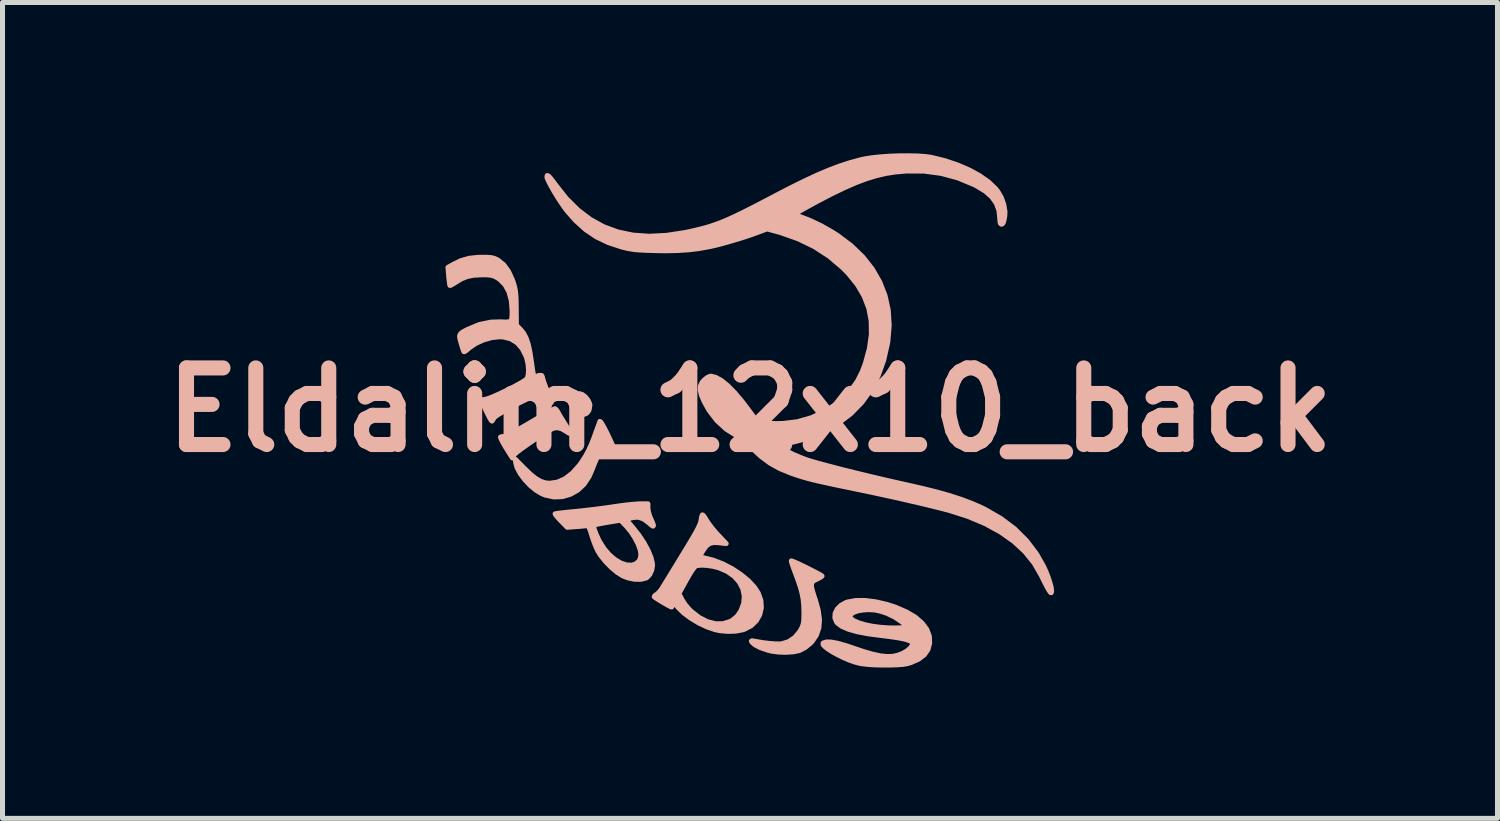
<source format=kicad_pcb>
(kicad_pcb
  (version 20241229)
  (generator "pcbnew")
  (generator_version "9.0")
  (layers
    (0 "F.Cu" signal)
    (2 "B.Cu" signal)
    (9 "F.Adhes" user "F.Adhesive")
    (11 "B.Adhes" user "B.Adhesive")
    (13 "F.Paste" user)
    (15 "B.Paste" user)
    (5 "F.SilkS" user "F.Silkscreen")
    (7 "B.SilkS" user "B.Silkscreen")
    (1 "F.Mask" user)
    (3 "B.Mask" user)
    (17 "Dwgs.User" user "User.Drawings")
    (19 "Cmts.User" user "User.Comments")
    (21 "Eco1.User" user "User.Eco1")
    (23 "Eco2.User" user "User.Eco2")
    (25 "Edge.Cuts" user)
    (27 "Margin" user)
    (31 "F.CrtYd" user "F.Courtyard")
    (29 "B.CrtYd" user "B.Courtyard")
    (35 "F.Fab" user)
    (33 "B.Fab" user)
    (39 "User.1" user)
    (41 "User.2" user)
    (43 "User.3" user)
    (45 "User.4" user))
  (footprint "Eldalim_12x10_back"
    (layer "B.Cu")
    (at 11.873 5.105)
    (property "Reference" "Eldalim_12x10_back" (at 0 0 0) (layer "B.SilkS") (effects (font (size 1.524 1.524) (thickness 0.3))))
    (attr through_hole)
    (fp_poly (pts (xy -3.187 -0.088) (xy -3.203 0.005) (xy -3.248 0.066) (xy -3.312 0.092) (xy -3.388 0.079) (xy -3.465 0.025) (xy -3.515 -0.048) (xy -3.536 -0.129) (xy -3.53 -0.208) (xy -3.498 -0.273) (xy -3.444 -0.314) (xy -3.396 -0.323) (xy -3.334 -0.303) (xy -3.271 -0.253) (xy -3.219 -0.185) (xy -3.189 -0.114) (xy -3.187 -0.088)) (stroke (width 0.1) (type solid)) (fill yes) (layer "B.SilkS"))
    (fp_poly (pts (xy -3.579 0.464) (xy -3.595 0.466) (xy -3.635 0.444) (xy -3.656 0.429) (xy -3.754 0.372) (xy -3.849 0.352) (xy -3.928 0.37) (xy -4.009 0.416) (xy -4.109 0.476) (xy -4.219 0.547) (xy -4.332 0.622) (xy -4.442 0.698) (xy -4.541 0.768) (xy -4.622 0.828) (xy -4.676 0.873) (xy -4.697 0.896) (xy -4.728 0.956) (xy -4.808 0.83) (xy -4.866 0.737) (xy -4.914 0.653) (xy -4.949 0.586) (xy -4.964 0.547) (xy -4.965 0.544) (xy -4.945 0.534) (xy -4.903 0.531) (xy -4.862 0.519) (xy -4.786 0.484) (xy -4.68 0.429) (xy -4.547 0.355) (xy -4.392 0.265) (xy -4.374 0.254) (xy -4.241 0.176) (xy -4.12 0.106) (xy -4.019 0.048) (xy -3.941 0.005) (xy -3.894 -0.019) (xy -3.882 -0.023) (xy -3.856 -0.004) (xy -3.825 0.041) (xy -3.819 0.052) (xy -3.788 0.108) (xy -3.74 0.187) (xy -3.687 0.273) (xy -3.68 0.284) (xy -3.633 0.36) (xy -3.597 0.422) (xy -3.58 0.459) (xy -3.579 0.464)) (stroke (width 0.1) (type solid)) (fill yes) (layer "B.SilkS"))
    (fp_poly (pts (xy -2.69 0.827) (xy -2.717 0.828) (xy -2.771 0.817) (xy -2.791 0.812) (xy -2.854 0.795) (xy -2.899 0.786) (xy -2.905 0.785) (xy -2.95 0.807) (xy -3.001 0.871) (xy -3.056 0.974) (xy -3.097 1.072) (xy -3.134 1.167) (xy -3.17 1.254) (xy -3.198 1.317) (xy -3.203 1.328) (xy -3.303 1.479) (xy -3.429 1.597) (xy -3.576 1.68) (xy -3.736 1.726) (xy -3.904 1.732) (xy -4.072 1.696) (xy -4.145 1.666) (xy -4.263 1.595) (xy -4.379 1.498) (xy -4.485 1.384) (xy -4.573 1.265) (xy -4.635 1.148) (xy -4.658 1.068) (xy -4.672 0.981) (xy -4.497 1.158) (xy -4.37 1.28) (xy -4.261 1.367) (xy -4.164 1.423) (xy -4.072 1.453) (xy -3.986 1.461) (xy -3.83 1.438) (xy -3.678 1.37) (xy -3.532 1.257) (xy -3.393 1.101) (xy -3.349 1.039) (xy -3.276 0.926) (xy -3.215 0.815) (xy -3.159 0.694) (xy -3.101 0.547) (xy -3.08 0.487) (xy -3.045 0.39) (xy -3.015 0.307) (xy -2.994 0.25) (xy -2.988 0.231) (xy -2.974 0.237) (xy -2.944 0.281) (xy -2.9 0.359) (xy -2.846 0.465) (xy -2.827 0.506) (xy -2.775 0.615) (xy -2.733 0.709) (xy -2.704 0.78) (xy -2.69 0.821) (xy -2.69 0.827)) (stroke (width 0.1) (type solid)) (fill yes) (layer "B.SilkS"))
    (fp_poly (pts (xy 1.432 3.307) (xy 1.412 3.325) (xy 1.363 3.352) (xy 1.328 3.369) (xy 1.273 3.396) (xy 1.238 3.426) (xy 1.221 3.466) (xy 1.223 3.524) (xy 1.243 3.607) (xy 1.279 3.722) (xy 1.298 3.775) (xy 1.357 3.987) (xy 1.382 4.173) (xy 1.37 4.335) (xy 1.322 4.478) (xy 1.238 4.604) (xy 1.202 4.642) (xy 1.096 4.729) (xy 0.986 4.786) (xy 0.982 4.788) (xy 0.866 4.813) (xy 0.722 4.823) (xy 0.57 4.819) (xy 0.425 4.799) (xy 0.358 4.782) (xy 0.205 4.73) (xy 0.097 4.673) (xy 0.044 4.627) (xy 0.027 4.602) (xy 0.038 4.595) (xy 0.086 4.602) (xy 0.092 4.604) (xy 0.23 4.628) (xy 0.368 4.646) (xy 0.493 4.656) (xy 0.593 4.658) (xy 0.633 4.654) (xy 0.771 4.611) (xy 0.892 4.528) (xy 0.989 4.412) (xy 1.004 4.386) (xy 1.036 4.326) (xy 1.056 4.274) (xy 1.067 4.217) (xy 1.072 4.143) (xy 1.073 4.037) (xy 1.073 4.018) (xy 1.069 3.888) (xy 1.058 3.772) (xy 1.037 3.658) (xy 1.004 3.533) (xy 0.955 3.388) (xy 0.904 3.25) (xy 0.869 3.154) (xy 0.841 3.075) (xy 0.825 3.022) (xy 0.822 3.005) (xy 0.844 3.011) (xy 0.899 3.034) (xy 0.977 3.069) (xy 1.068 3.113) (xy 1.166 3.161) (xy 1.259 3.209) (xy 1.34 3.251) (xy 1.4 3.284) (xy 1.43 3.304) (xy 1.432 3.307)) (stroke (width 0.1) (type solid)) (fill yes) (layer "B.SilkS"))
    (fp_poly (pts (xy -1.921 2.301) (xy -1.931 2.313) (xy -1.967 2.29) (xy -2.018 2.244) (xy -2.12 2.169) (xy -2.221 2.135) (xy -2.33 2.141) (xy -2.371 2.152) (xy -2.468 2.182) (xy -2.339 2.332) (xy -2.215 2.488) (xy -2.11 2.646) (xy -2.027 2.8) (xy -1.969 2.941) (xy -1.942 3.062) (xy -1.94 3.097) (xy -1.955 3.188) (xy -1.993 3.272) (xy -2.048 3.333) (xy -2.069 3.345) (xy -2.171 3.371) (xy -2.171 2.872) (xy -2.186 2.779) (xy -2.228 2.665) (xy -2.292 2.543) (xy -2.37 2.423) (xy -2.456 2.319) (xy -2.575 2.194) (xy -2.835 2.237) (xy -2.94 2.255) (xy -3.027 2.272) (xy -3.087 2.286) (xy -3.109 2.293) (xy -3.112 2.325) (xy -3.095 2.388) (xy -3.062 2.474) (xy -3.017 2.573) (xy -2.993 2.62) (xy -2.905 2.761) (xy -2.801 2.882) (xy -2.687 2.979) (xy -2.57 3.049) (xy -2.455 3.087) (xy -2.349 3.09) (xy -2.279 3.067) (xy -2.212 3.016) (xy -2.179 2.946) (xy -2.171 2.872) (xy -2.171 3.371) (xy -2.173 3.371) (xy -2.298 3.37) (xy -2.43 3.342) (xy -2.534 3.301) (xy -2.645 3.231) (xy -2.763 3.131) (xy -2.877 3.014) (xy -2.975 2.891) (xy -3.029 2.804) (xy -3.066 2.725) (xy -3.106 2.622) (xy -3.143 2.514) (xy -3.149 2.493) (xy -3.176 2.407) (xy -3.202 2.341) (xy -3.221 2.305) (xy -3.226 2.302) (xy -3.257 2.305) (xy -3.322 2.311) (xy -3.409 2.319) (xy -3.442 2.321) (xy -3.637 2.336) (xy -3.762 2.208) (xy -3.82 2.146) (xy -3.861 2.098) (xy -3.878 2.071) (xy -3.878 2.069) (xy -3.853 2.064) (xy -3.789 2.055) (xy -3.695 2.044) (xy -3.578 2.032) (xy -3.472 2.022) (xy -3.303 2.004) (xy -3.114 1.982) (xy -2.924 1.958) (xy -2.755 1.934) (xy -2.711 1.927) (xy -2.572 1.907) (xy -2.435 1.89) (xy -2.313 1.878) (xy -2.218 1.871) (xy -2.189 1.87) (xy -2.032 1.87) (xy -2.032 1.957) (xy -2.022 2.027) (xy -1.996 2.114) (xy -1.974 2.167) (xy -1.936 2.253) (xy -1.921 2.301)) (stroke (width 0.1) (type solid)) (fill yes) (layer "B.SilkS"))
    (fp_poly (pts (xy 3.574 4.64) (xy 3.541 4.767) (xy 3.468 4.873) (xy 3.354 4.96) (xy 3.199 5.028) (xy 3.129 5.049) (xy 3.045 5.063) (xy 2.928 5.072) (xy 2.787 5.077) (xy 2.635 5.077) (xy 2.483 5.073) (xy 2.342 5.064) (xy 2.225 5.05) (xy 2.182 5.043) (xy 2.082 5.016) (xy 1.972 4.977) (xy 1.858 4.928) (xy 1.746 4.873) (xy 1.644 4.817) (xy 1.557 4.762) (xy 1.492 4.712) (xy 1.455 4.671) (xy 1.454 4.642) (xy 1.459 4.638) (xy 1.523 4.618) (xy 1.619 4.621) (xy 1.749 4.646) (xy 1.916 4.694) (xy 2.029 4.732) (xy 2.248 4.806) (xy 2.433 4.86) (xy 2.589 4.894) (xy 2.721 4.908) (xy 2.837 4.905) (xy 2.941 4.883) (xy 3.039 4.845) (xy 3.122 4.797) (xy 3.187 4.742) (xy 3.228 4.687) (xy 3.238 4.642) (xy 3.23 4.627) (xy 3.181 4.594) (xy 3.116 4.573) (xy 3.116 4.312) (xy 3.098 4.284) (xy 3.046 4.238) (xy 3.031 4.226) (xy 2.881 4.123) (xy 2.722 4.047) (xy 2.599 4.006) (xy 2.485 3.982) (xy 2.365 3.974) (xy 2.248 3.981) (xy 2.143 3.999) (xy 2.059 4.029) (xy 2.004 4.068) (xy 1.986 4.11) (xy 2.008 4.155) (xy 2.07 4.198) (xy 2.165 4.239) (xy 2.287 4.275) (xy 2.429 4.305) (xy 2.586 4.326) (xy 2.75 4.338) (xy 2.821 4.339) (xy 2.926 4.339) (xy 3.016 4.336) (xy 3.08 4.331) (xy 3.104 4.327) (xy 3.116 4.312) (xy 3.116 4.573) (xy 3.087 4.563) (xy 2.949 4.535) (xy 2.766 4.508) (xy 2.627 4.491) (xy 2.362 4.457) (xy 2.14 4.415) (xy 1.963 4.366) (xy 1.83 4.309) (xy 1.742 4.245) (xy 1.722 4.221) (xy 1.688 4.137) (xy 1.694 4.048) (xy 1.736 3.963) (xy 1.81 3.889) (xy 1.912 3.833) (xy 1.946 3.822) (xy 2.103 3.794) (xy 2.289 3.793) (xy 2.496 3.819) (xy 2.716 3.869) (xy 2.893 3.926) (xy 3.11 4.02) (xy 3.288 4.125) (xy 3.424 4.243) (xy 3.518 4.37) (xy 3.568 4.506) (xy 3.574 4.64)) (stroke (width 0.1) (type solid)) (fill yes) (layer "B.SilkS"))
    (fp_poly (pts (xy 0.225 3.937) (xy 0.194 4.073) (xy 0.126 4.194) (xy 0.023 4.294) (xy -0.112 4.365) (xy -0.114 4.365) (xy -0.114 3.7) (xy -0.144 3.558) (xy -0.213 3.426) (xy -0.317 3.309) (xy -0.456 3.212) (xy -0.622 3.141) (xy -0.738 3.112) (xy -0.861 3.094) (xy -0.973 3.089) (xy -1.06 3.098) (xy -1.074 3.102) (xy -1.105 3.129) (xy -1.152 3.193) (xy -1.212 3.288) (xy -1.268 3.387) (xy -1.416 3.656) (xy -1.351 3.78) (xy -1.297 3.865) (xy -1.224 3.954) (xy -1.17 4.009) (xy -1.009 4.133) (xy -0.847 4.215) (xy -0.689 4.256) (xy -0.537 4.255) (xy -0.395 4.211) (xy -0.349 4.185) (xy -0.255 4.108) (xy -0.181 4) (xy -0.18 3.998) (xy -0.125 3.848) (xy -0.114 3.7) (xy -0.114 4.365) (xy -0.148 4.376) (xy -0.284 4.402) (xy -0.441 4.407) (xy -0.6 4.393) (xy -0.693 4.373) (xy -0.854 4.318) (xy -1.02 4.24) (xy -1.178 4.145) (xy -1.317 4.042) (xy -1.426 3.937) (xy -1.448 3.91) (xy -1.487 3.862) (xy -1.51 3.848) (xy -1.526 3.863) (xy -1.531 3.872) (xy -1.553 3.91) (xy -1.56 3.922) (xy -1.581 3.915) (xy -1.63 3.889) (xy -1.696 3.852) (xy -1.767 3.81) (xy -1.833 3.769) (xy -1.883 3.736) (xy -1.905 3.718) (xy -1.895 3.697) (xy -1.861 3.673) (xy -1.815 3.635) (xy -1.767 3.576) (xy -1.756 3.56) (xy -1.731 3.519) (xy -1.685 3.444) (xy -1.622 3.342) (xy -1.546 3.217) (xy -1.46 3.077) (xy -1.368 2.926) (xy -1.346 2.889) (xy -1.236 2.71) (xy -1.15 2.565) (xy -1.083 2.449) (xy -1.035 2.36) (xy -1.003 2.291) (xy -0.983 2.24) (xy -0.975 2.202) (xy -0.965 2.138) (xy -0.952 2.097) (xy -0.947 2.09) (xy -0.928 2.103) (xy -0.896 2.147) (xy -0.866 2.198) (xy -0.821 2.267) (xy -0.754 2.355) (xy -0.677 2.446) (xy -0.638 2.488) (xy -0.475 2.66) (xy -0.607 2.644) (xy -0.72 2.638) (xy -0.804 2.657) (xy -0.871 2.709) (xy -0.935 2.798) (xy -0.939 2.805) (xy -1.012 2.929) (xy -0.916 2.945) (xy -0.731 2.991) (xy -0.541 3.065) (xy -0.356 3.161) (xy -0.184 3.275) (xy -0.032 3.4) (xy 0.089 3.531) (xy 0.163 3.645) (xy 0.216 3.792) (xy 0.225 3.937)) (stroke (width 0.1) (type solid)) (fill yes) (layer "B.SilkS"))
    (fp_poly (pts (xy -3.956 -0.146) (xy -3.979 -0.152) (xy -4.032 -0.174) (xy -4.098 -0.207) (xy -4.175 -0.244) (xy -4.242 -0.269) (xy -4.28 -0.277) (xy -4.322 -0.266) (xy -4.395 -0.236) (xy -4.489 -0.191) (xy -4.599 -0.137) (xy -4.714 -0.076) (xy -4.827 -0.014) (xy -4.929 0.045) (xy -5.014 0.096) (xy -5.072 0.137) (xy -5.094 0.158) (xy -5.119 0.203) (xy -5.134 0.223) (xy -5.149 0.21) (xy -5.178 0.162) (xy -5.216 0.088) (xy -5.249 0.021) (xy -5.349 -0.196) (xy -5.267 -0.209) (xy -5.209 -0.225) (xy -5.123 -0.258) (xy -5.019 -0.304) (xy -4.903 -0.358) (xy -4.784 -0.416) (xy -4.67 -0.475) (xy -4.57 -0.53) (xy -4.492 -0.577) (xy -4.444 -0.612) (xy -4.433 -0.623) (xy -4.412 -0.698) (xy -4.407 -0.8) (xy -4.417 -0.914) (xy -4.442 -1.026) (xy -4.454 -1.062) (xy -4.532 -1.219) (xy -4.634 -1.336) (xy -4.759 -1.413) (xy -4.908 -1.451) (xy -4.98 -1.455) (xy -5.139 -1.438) (xy -5.303 -1.392) (xy -5.457 -1.322) (xy -5.585 -1.235) (xy -5.605 -1.217) (xy -5.652 -1.177) (xy -5.685 -1.158) (xy -5.692 -1.159) (xy -5.704 -1.186) (xy -5.724 -1.245) (xy -5.747 -1.324) (xy -5.749 -1.33) (xy -5.772 -1.414) (xy -5.779 -1.47) (xy -5.764 -1.509) (xy -5.723 -1.544) (xy -5.649 -1.585) (xy -5.611 -1.604) (xy -5.384 -1.698) (xy -5.155 -1.745) (xy -4.964 -1.751) (xy -4.861 -1.746) (xy -4.795 -1.751) (xy -4.757 -1.772) (xy -4.739 -1.818) (xy -4.734 -1.897) (xy -4.734 -1.979) (xy -4.75 -2.178) (xy -4.797 -2.35) (xy -4.874 -2.49) (xy -4.98 -2.597) (xy -5.034 -2.632) (xy -5.091 -2.661) (xy -5.146 -2.678) (xy -5.214 -2.686) (xy -5.308 -2.688) (xy -5.346 -2.687) (xy -5.502 -2.679) (xy -5.629 -2.653) (xy -5.744 -2.607) (xy -5.855 -2.539) (xy -5.915 -2.501) (xy -5.957 -2.479) (xy -5.971 -2.476) (xy -5.977 -2.502) (xy -5.985 -2.562) (xy -5.994 -2.645) (xy -5.995 -2.66) (xy -6.01 -2.835) (xy -5.909 -2.892) (xy -5.753 -2.968) (xy -5.596 -3.014) (xy -5.421 -3.034) (xy -5.334 -3.036) (xy -5.227 -3.035) (xy -5.152 -3.029) (xy -5.095 -3.016) (xy -5.044 -2.994) (xy -5.008 -2.974) (xy -4.899 -2.885) (xy -4.806 -2.756) (xy -4.727 -2.584) (xy -4.708 -2.528) (xy -4.686 -2.455) (xy -4.671 -2.383) (xy -4.661 -2.301) (xy -4.655 -2.199) (xy -4.652 -2.064) (xy -4.652 -2.026) (xy -4.649 -1.684) (xy -4.564 -1.597) (xy -4.504 -1.523) (xy -4.455 -1.429) (xy -4.415 -1.311) (xy -4.381 -1.16) (xy -4.352 -0.971) (xy -4.348 -0.947) (xy -4.331 -0.823) (xy -4.318 -0.739) (xy -4.305 -0.687) (xy -4.292 -0.663) (xy -4.277 -0.659) (xy -4.273 -0.66) (xy -4.193 -0.686) (xy -4.146 -0.683) (xy -4.133 -0.658) (xy -4.125 -0.62) (xy -4.103 -0.551) (xy -4.07 -0.461) (xy -4.041 -0.386) (xy -4.004 -0.291) (xy -3.975 -0.214) (xy -3.959 -0.162) (xy -3.956 -0.146)) (stroke (width 0.1) (type solid)) (fill yes) (layer "B.SilkS"))
    (fp_poly (pts (xy 6 3.598) (xy 6 3.607) (xy 5.993 3.637) (xy 5.98 3.635) (xy 5.954 3.598) (xy 5.942 3.579) (xy 5.91 3.522) (xy 5.866 3.437) (xy 5.818 3.34) (xy 5.797 3.297) (xy 5.655 3.05) (xy 5.471 2.822) (xy 5.247 2.615) (xy 4.983 2.429) (xy 4.68 2.264) (xy 4.338 2.12) (xy 3.995 2.01) (xy 3.83 1.965) (xy 3.626 1.914) (xy 3.388 1.857) (xy 3.122 1.795) (xy 2.835 1.73) (xy 2.532 1.664) (xy 2.219 1.598) (xy 1.974 1.547) (xy 1.744 1.5) (xy 1.553 1.459) (xy 1.394 1.424) (xy 1.26 1.393) (xy 1.146 1.363) (xy 1.044 1.334) (xy 0.948 1.304) (xy 0.851 1.271) (xy 0.816 1.259) (xy 0.59 1.166) (xy 0.395 1.057) (xy 0.215 0.923) (xy 0.064 0.782) (xy -0.042 0.681) (xy -0.144 0.595) (xy -0.23 0.534) (xy -0.259 0.517) (xy -0.473 0.383) (xy -0.659 0.213) (xy -0.815 0.009) (xy -0.912 -0.165) (xy -0.967 -0.293) (xy -0.991 -0.395) (xy -0.986 -0.477) (xy -0.952 -0.548) (xy -0.914 -0.591) (xy -0.856 -0.639) (xy -0.801 -0.666) (xy -0.783 -0.67) (xy -0.686 -0.648) (xy -0.573 -0.586) (xy -0.445 -0.483) (xy -0.306 -0.342) (xy -0.155 -0.163) (xy -0.063 -0.042) (xy 0.137 0.227) (xy 0.27 0.255) (xy 0.372 0.268) (xy 0.506 0.274) (xy 0.657 0.271) (xy 0.658 0.271) (xy 0.945 0.236) (xy 1.223 0.156) (xy 1.485 0.036) (xy 1.728 -0.124) (xy 1.868 -0.244) (xy 2.019 -0.403) (xy 2.138 -0.571) (xy 2.234 -0.761) (xy 2.295 -0.924) (xy 2.376 -1.222) (xy 2.415 -1.503) (xy 2.411 -1.769) (xy 2.364 -2.021) (xy 2.272 -2.261) (xy 2.137 -2.492) (xy 1.957 -2.715) (xy 1.844 -2.829) (xy 1.578 -3.055) (xy 1.286 -3.245) (xy 0.966 -3.401) (xy 0.615 -3.525) (xy 0.544 -3.545) (xy 0.338 -3.601) (xy 0.121 -3.52) (xy -0.046 -3.461) (xy -0.237 -3.4) (xy -0.435 -3.342) (xy -0.624 -3.29) (xy -0.79 -3.251) (xy -0.81 -3.247) (xy -1.016 -3.21) (xy -1.223 -3.185) (xy -1.442 -3.171) (xy -1.686 -3.166) (xy -1.875 -3.169) (xy -2.041 -3.174) (xy -2.17 -3.18) (xy -2.273 -3.187) (xy -2.361 -3.199) (xy -2.443 -3.214) (xy -2.53 -3.235) (xy -2.549 -3.24) (xy -2.817 -3.328) (xy -3.055 -3.442) (xy -3.271 -3.587) (xy -3.473 -3.77) (xy -3.637 -3.956) (xy -3.7 -4.04) (xy -3.769 -4.141) (xy -3.84 -4.251) (xy -3.907 -4.362) (xy -3.965 -4.465) (xy -4.01 -4.552) (xy -4.036 -4.615) (xy -4.041 -4.638) (xy -4.034 -4.662) (xy -4.012 -4.654) (xy -3.972 -4.613) (xy -3.912 -4.536) (xy -3.867 -4.474) (xy -3.653 -4.203) (xy -3.423 -3.975) (xy -3.178 -3.789) (xy -2.915 -3.644) (xy -2.633 -3.54) (xy -2.332 -3.477) (xy -2.01 -3.454) (xy -1.665 -3.471) (xy -1.297 -3.527) (xy -1.201 -3.547) (xy -1.061 -3.579) (xy -0.933 -3.611) (xy -0.813 -3.645) (xy -0.696 -3.684) (xy -0.575 -3.729) (xy -0.446 -3.783) (xy -0.304 -3.848) (xy -0.142 -3.926) (xy 0.045 -4.02) (xy 0.261 -4.132) (xy 0.512 -4.263) (xy 0.516 -4.266) (xy 0.825 -4.426) (xy 1.102 -4.562) (xy 1.35 -4.677) (xy 1.577 -4.773) (xy 1.787 -4.852) (xy 1.986 -4.917) (xy 2.179 -4.97) (xy 2.265 -4.99) (xy 2.403 -5.013) (xy 2.572 -5.032) (xy 2.76 -5.046) (xy 2.957 -5.054) (xy 3.152 -5.055) (xy 3.334 -5.051) (xy 3.49 -5.04) (xy 3.604 -5.024) (xy 3.874 -4.958) (xy 4.128 -4.873) (xy 4.362 -4.772) (xy 4.57 -4.658) (xy 4.746 -4.534) (xy 4.884 -4.402) (xy 4.929 -4.346) (xy 5.001 -4.221) (xy 5.05 -4.082) (xy 5.072 -3.946) (xy 5.069 -3.861) (xy 5.053 -3.772) (xy 5.037 -3.721) (xy 5.017 -3.698) (xy 4.999 -3.695) (xy 4.979 -3.716) (xy 4.97 -3.78) (xy 4.97 -3.808) (xy 4.953 -3.968) (xy 4.901 -4.11) (xy 4.812 -4.236) (xy 4.682 -4.351) (xy 4.509 -4.456) (xy 4.457 -4.483) (xy 4.135 -4.616) (xy 3.805 -4.705) (xy 3.465 -4.751) (xy 3.111 -4.753) (xy 2.886 -4.733) (xy 2.701 -4.704) (xy 2.514 -4.66) (xy 2.319 -4.601) (xy 2.111 -4.523) (xy 1.886 -4.425) (xy 1.636 -4.305) (xy 1.358 -4.16) (xy 1.212 -4.081) (xy 1.084 -4.011) (xy 0.993 -3.96) (xy 0.935 -3.924) (xy 0.907 -3.899) (xy 0.905 -3.882) (xy 0.925 -3.868) (xy 0.965 -3.854) (xy 0.997 -3.844) (xy 1.196 -3.767) (xy 1.41 -3.665) (xy 1.623 -3.545) (xy 1.737 -3.473) (xy 2.01 -3.268) (xy 2.242 -3.044) (xy 2.433 -2.802) (xy 2.581 -2.544) (xy 2.687 -2.271) (xy 2.75 -1.983) (xy 2.769 -1.684) (xy 2.743 -1.373) (xy 2.736 -1.325) (xy 2.658 -0.983) (xy 2.547 -0.674) (xy 2.402 -0.395) (xy 2.223 -0.147) (xy 2.009 0.072) (xy 1.758 0.264) (xy 1.471 0.428) (xy 1.423 0.452) (xy 1.136 0.568) (xy 0.859 0.64) (xy 0.695 0.662) (xy 0.523 0.677) (xy 0.591 0.731) (xy 0.704 0.806) (xy 0.853 0.884) (xy 1.031 0.959) (xy 1.12 0.992) (xy 1.21 1.021) (xy 1.34 1.058) (xy 1.502 1.102) (xy 1.691 1.152) (xy 1.901 1.206) (xy 2.126 1.261) (xy 2.36 1.318) (xy 2.596 1.374) (xy 2.829 1.428) (xy 3.053 1.478) (xy 3.106 1.49) (xy 3.437 1.565) (xy 3.728 1.638) (xy 3.985 1.711) (xy 4.213 1.786) (xy 4.419 1.864) (xy 4.608 1.947) (xy 4.687 1.986) (xy 4.996 2.165) (xy 5.268 2.371) (xy 5.502 2.605) (xy 5.7 2.866) (xy 5.836 3.106) (xy 5.887 3.216) (xy 5.932 3.332) (xy 5.968 3.442) (xy 5.992 3.534) (xy 6 3.598)) (stroke (width 0.1) (type solid)) (fill yes) (layer "B.SilkS")))
  (gr_rect
    (start -3 -3)
    (end 26.745 13.233)
    (stroke (width 0.1) (type default))
    (fill no)
    (layer "Edge.Cuts")))
</source>
